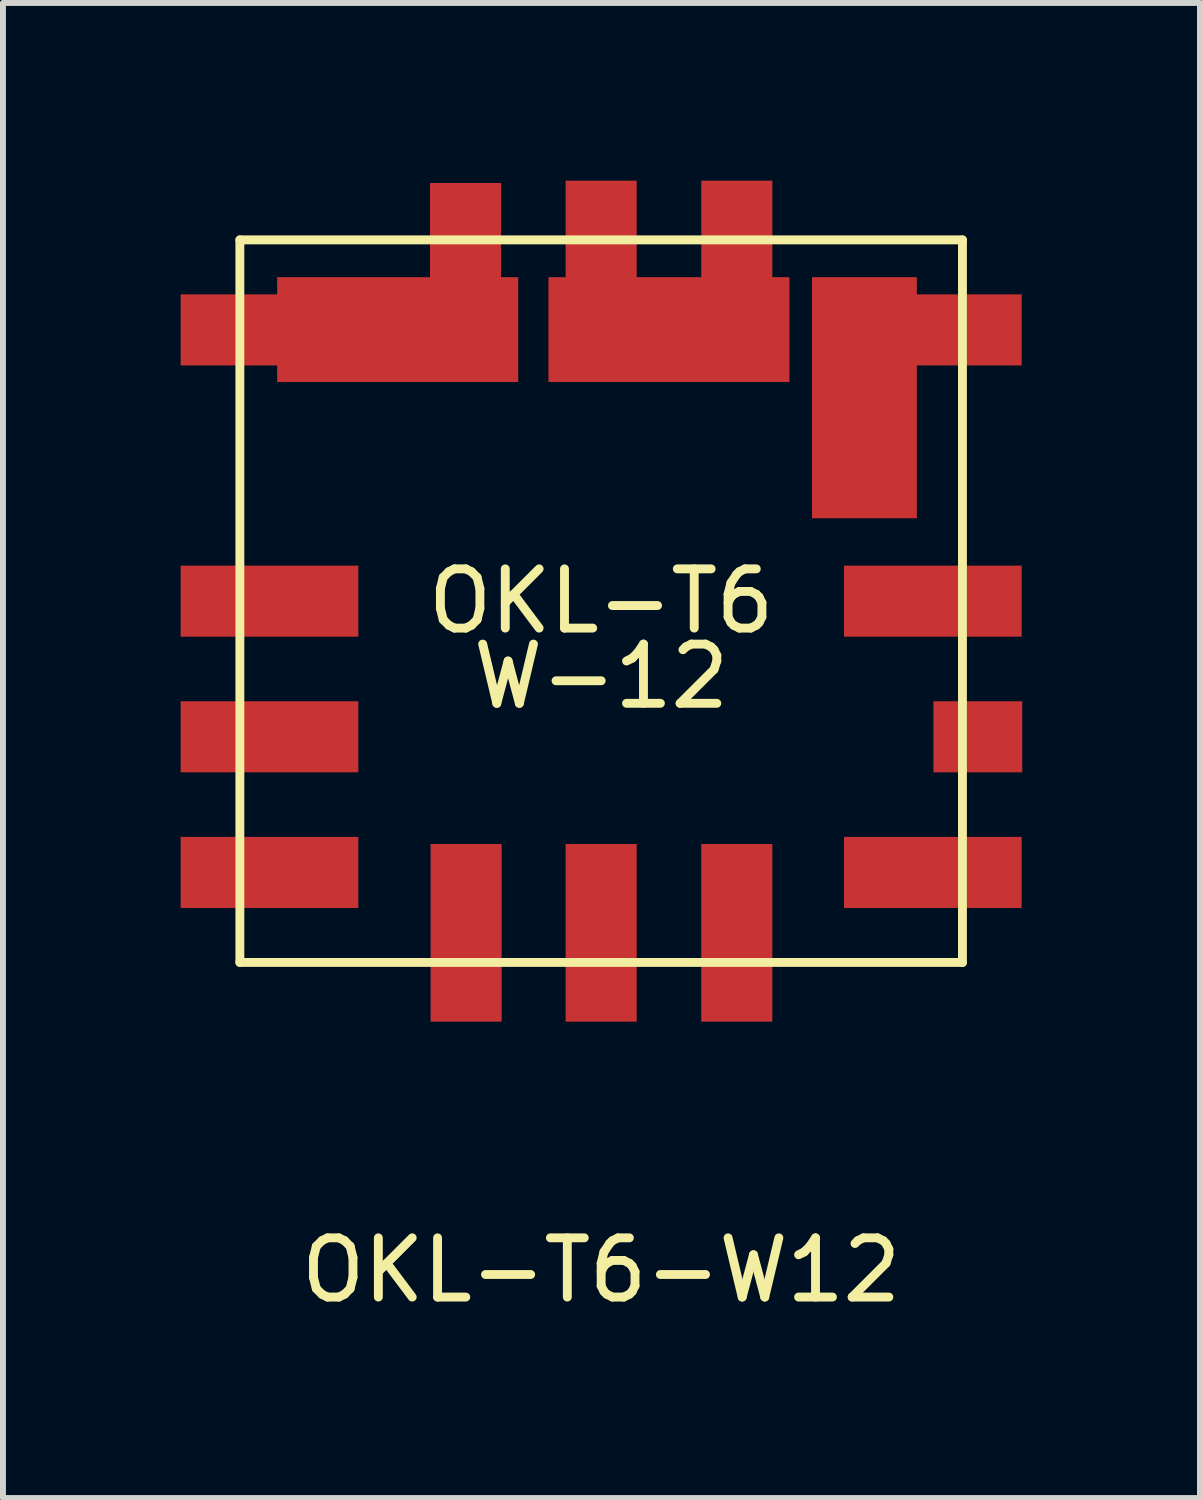
<source format=kicad_pcb>
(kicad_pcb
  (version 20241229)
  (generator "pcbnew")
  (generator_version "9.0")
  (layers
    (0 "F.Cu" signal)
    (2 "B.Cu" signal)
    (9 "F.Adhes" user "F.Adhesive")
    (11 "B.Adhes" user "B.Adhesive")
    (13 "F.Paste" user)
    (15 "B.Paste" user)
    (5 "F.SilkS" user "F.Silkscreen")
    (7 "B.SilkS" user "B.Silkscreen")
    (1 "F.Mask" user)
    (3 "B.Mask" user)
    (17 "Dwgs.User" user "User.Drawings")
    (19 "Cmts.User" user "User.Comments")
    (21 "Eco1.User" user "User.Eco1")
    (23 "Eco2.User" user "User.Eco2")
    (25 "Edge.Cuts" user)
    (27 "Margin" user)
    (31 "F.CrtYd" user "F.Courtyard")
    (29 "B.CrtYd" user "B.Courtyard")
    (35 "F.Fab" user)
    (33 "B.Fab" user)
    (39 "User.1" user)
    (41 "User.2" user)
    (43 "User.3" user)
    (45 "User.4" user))
  (footprint "OKL-T6-W12"
    (layer "F.Cu")
    (at 7.1 7.1)
    (property "Reference" "OKL-T6-W12" (at 0 11.295 0) (layer "F.SilkS") (effects (font (size 1 1) (thickness 0.15))))
    (attr through_hole)
    (fp_line (start -6.1 -6.1) (end 6.1 -6.1) (stroke (width 0.15) (type solid)) (layer "F.SilkS"))
    (fp_line (start -6.1 6.1) (end -6.1 -6.1) (stroke (width 0.15) (type solid)) (layer "F.SilkS"))
    (fp_line (start 6.1 -6.1) (end 6.1 6.1) (stroke (width 0.15) (type solid)) (layer "F.SilkS"))
    (fp_line (start 6.1 6.1) (end -6.1 6.1) (stroke (width 0.15) (type solid)) (layer "F.SilkS"))
    (fp_text user "W-12" (at 0 1.27 0) (layer "F.SilkS") (effects (font (size 1 1) (thickness 0.15))))
    (fp_text user "OKL-T6" (at 0 0 0) (layer "F.SilkS") (effects (font (size 1 1) (thickness 0.15))))
    (pad "" smd rect (at -2.28 5.6) (size 1.2 3) (layers "F.Cu" "F.Mask" "F.Paste"))
    (pad "" smd rect (at 2.29 5.6) (size 1.2 3) (layers "F.Cu" "F.Mask" "F.Paste"))
    (pad "" smd rect (at 6.36 2.29) (size 1.5 1.2) (layers "F.Cu" "F.Mask" "F.Paste"))
    (pad "A1" smd rect (at -5.6 -4.58) (size 3 1.2) (layers "F.Cu" "F.Mask" "F.Paste"))
    (pad "A1" smd rect (at -3.435 -4.585) (size 4.07 1.77) (layers "F.Cu" "F.Mask" "F.Paste"))
    (pad "A1" smd rect (at -2.29 -5.56) (size 1.2 3) (layers "F.Cu" "F.Mask" "F.Paste"))
    (pad "A3" smd rect (at 0 -5.6) (size 1.2 3) (layers "F.Cu" "F.Mask" "F.Paste"))
    (pad "A3" smd rect (at 0 5.6) (size 1.2 3) (layers "F.Cu" "F.Mask" "F.Paste"))
    (pad "A3" smd rect (at 1.145 -4.585) (size 4.07 1.77) (layers "F.Cu" "F.Mask" "F.Paste"))
    (pad "A3" smd rect (at 2.29 -5.6) (size 1.2 3) (layers "F.Cu" "F.Mask" "F.Paste"))
    (pad "A5" smd rect (at 4.445 -3.435 90) (size 4.07 1.77) (layers "F.Cu" "F.Mask" "F.Paste"))
    (pad "A5" smd rect (at 5.6 -4.58) (size 3 1.2) (layers "F.Cu" "F.Mask" "F.Paste"))
    (pad "C1" smd rect (at -5.6 0) (size 3 1.2) (layers "F.Cu" "F.Mask" "F.Paste"))
    (pad "C5" smd rect (at 5.6 0) (size 3 1.2) (layers "F.Cu" "F.Mask" "F.Paste"))
    (pad "D1" smd rect (at -5.6 2.29) (size 3 1.2) (layers "F.Cu" "F.Mask" "F.Paste"))
    (pad "E1" smd rect (at -5.6 4.58) (size 3 1.2) (layers "F.Cu" "F.Mask" "F.Paste"))
    (pad "E5" smd rect (at 5.6 4.58) (size 3 1.2) (layers "F.Cu" "F.Mask" "F.Paste")))
  (gr_rect
    (start -3 -3)
    (end 17.21 22.243)
    (stroke (width 0.1) (type default))
    (fill no)
    (layer "Edge.Cuts")))
</source>
